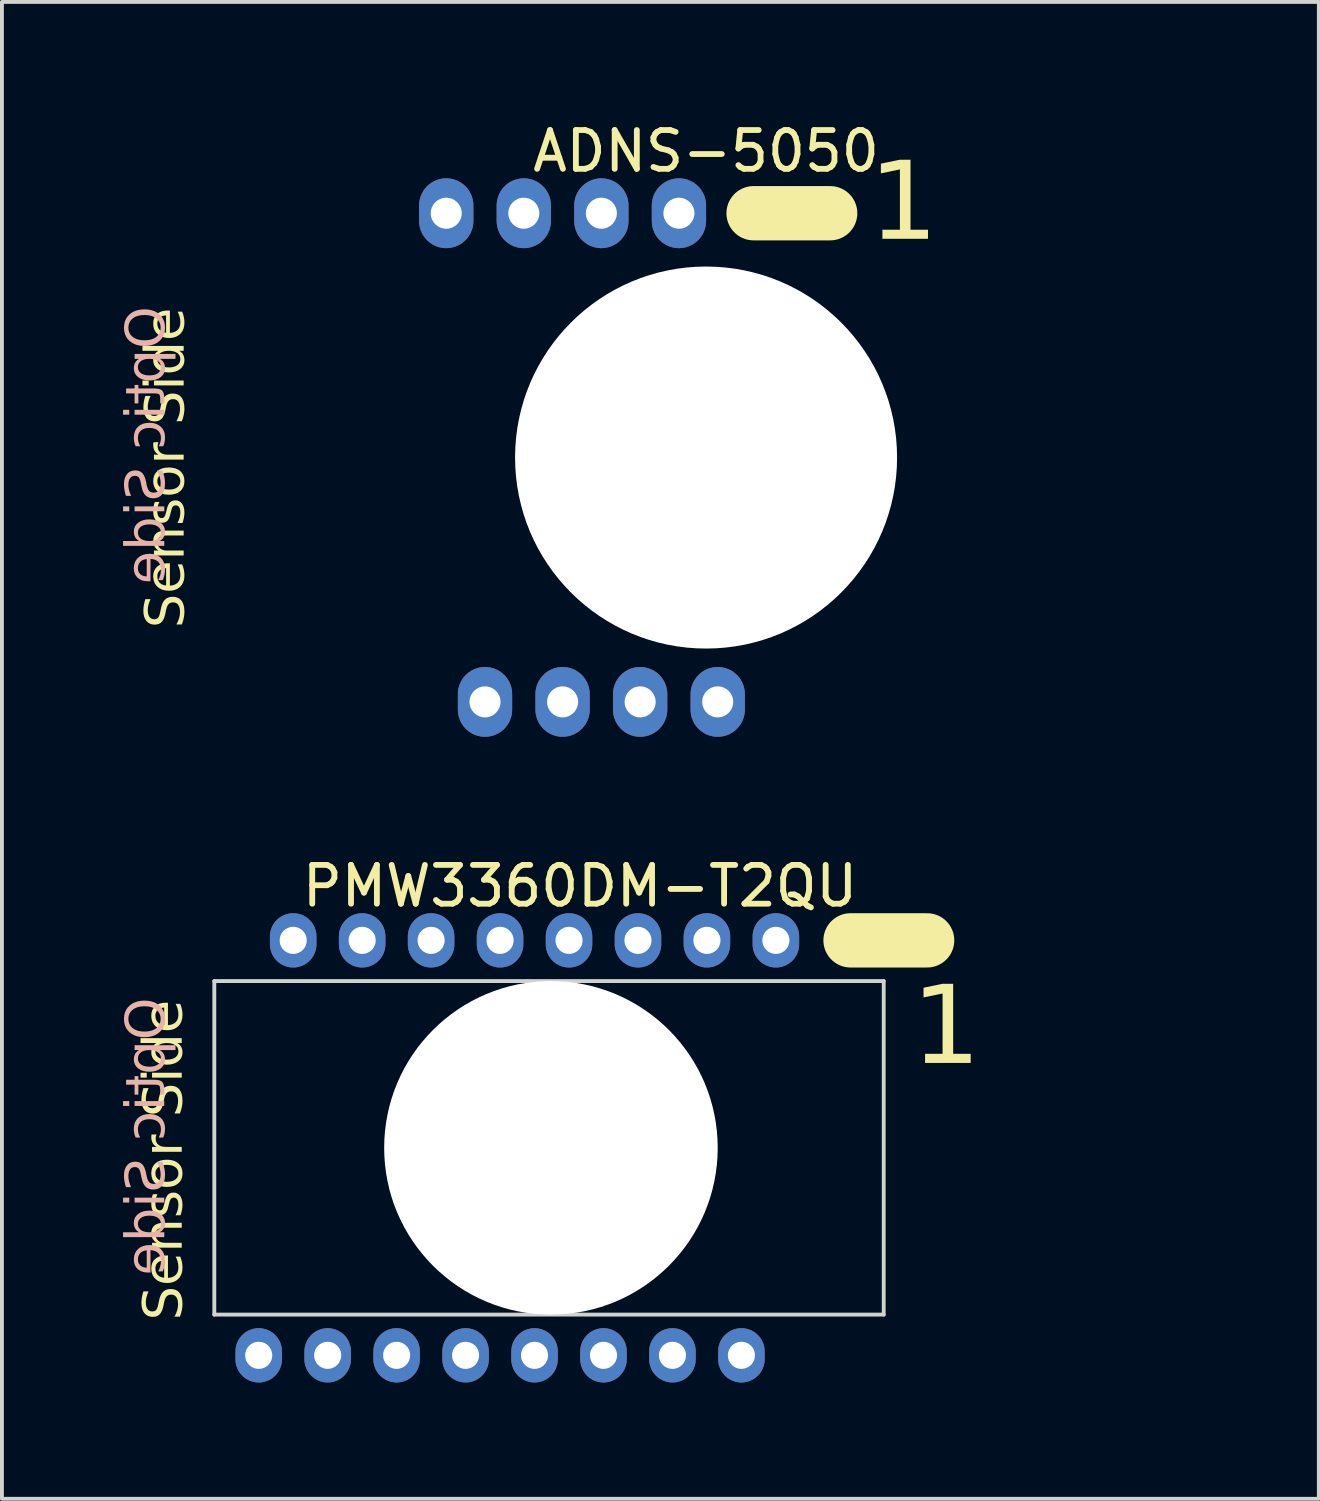
<source format=kicad_pcb>
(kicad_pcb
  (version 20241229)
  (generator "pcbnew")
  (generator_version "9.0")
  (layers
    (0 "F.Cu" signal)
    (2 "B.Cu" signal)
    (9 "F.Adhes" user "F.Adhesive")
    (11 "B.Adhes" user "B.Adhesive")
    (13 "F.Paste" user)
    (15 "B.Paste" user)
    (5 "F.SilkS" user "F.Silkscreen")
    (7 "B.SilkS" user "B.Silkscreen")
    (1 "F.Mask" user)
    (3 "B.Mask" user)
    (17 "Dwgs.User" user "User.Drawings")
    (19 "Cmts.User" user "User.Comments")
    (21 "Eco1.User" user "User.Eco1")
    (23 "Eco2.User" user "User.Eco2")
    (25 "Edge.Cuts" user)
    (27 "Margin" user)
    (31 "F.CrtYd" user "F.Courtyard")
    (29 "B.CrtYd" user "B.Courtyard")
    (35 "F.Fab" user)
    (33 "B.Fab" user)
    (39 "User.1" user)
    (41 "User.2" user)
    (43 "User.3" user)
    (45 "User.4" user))
  (footprint "PMW3360DM-T2QU"
    (layer "F.Cu")
    (at 16.956 21.197)
    (property "Reference" "PMW3360DM-T2QU" (at -5.05 -1.4 0) (unlocked yes) (layer "F.SilkS") (effects (font (size 1 1) (thickness 0.15))))
    (fp_line (start 1.925 0) (end 3.9 0) (stroke (width 1.4) (type solid)) (layer "F.SilkS"))
    (fp_line (start -14.48 1.05) (end 2.78 1.05) (stroke (width 0.1) (type solid)) (layer "Edge.Cuts"))
    (fp_line (start -14.48 9.65) (end -14.48 1.05) (stroke (width 0.1) (type solid)) (layer "Edge.Cuts"))
    (fp_line (start -14.48 9.65) (end 2.78 9.65) (stroke (width 0.1) (type solid)) (layer "Edge.Cuts"))
    (fp_line (start 2.78 9.65) (end 2.78 1.05) (stroke (width 0.1) (type solid)) (layer "Edge.Cuts"))
    (fp_line (start -14.48 1.05) (end 2.78 1.05) (stroke (width 0.1) (type solid)) (layer "User.2"))
    (fp_line (start -14.48 9.65) (end -14.48 1.05) (stroke (width 0.1) (type solid)) (layer "User.2"))
    (fp_line (start -14.48 9.65) (end 2.78 9.65) (stroke (width 0.1) (type solid)) (layer "User.2"))
    (fp_line (start 2.78 9.65) (end 2.78 1.05) (stroke (width 0.1) (type solid)) (layer "User.2"))
    (fp_text user "1" (at 3.5 3.5 0) (unlocked yes) (layer "F.SilkS") (effects (font (face "Avenir LT 65 Medium") (size 2 2) (thickness 0.254)) (justify left bottom)))
    (fp_text user "Sensor Side" (at -15.15 9.8 90) (unlocked yes) (layer "F.SilkS") (effects (font (face "Avenir LT 65 Medium") (size 1 1) (thickness 0.254)) (justify left bottom)))
    (fp_text user "Optic Side" (at -15.6 1.475 90) (unlocked yes) (layer "B.SilkS") (effects (font (face "Avenir LT 65 Medium") (size 1 1) (thickness 0.254)) (justify left bottom mirror)))
    (pad "" np_thru_hole circle (at -5.8 5.35) (size 8.6 8.6) (drill 8.6) (layers "*.Cu" "*.Mask"))
    (pad "1" thru_hole oval (at 0 0) (size 1.2 1.4) (drill 0.7) (layers "*.Cu" "*.Mask"))
    (pad "2" thru_hole oval (at -1.778 0) (size 1.2 1.4) (drill 0.7) (layers "*.Cu" "*.Mask"))
    (pad "3" thru_hole oval (at -3.556 0) (size 1.2 1.4) (drill 0.7) (layers "*.Cu" "*.Mask"))
    (pad "4" thru_hole oval (at -5.334 0) (size 1.2 1.4) (drill 0.7) (layers "*.Cu" "*.Mask"))
    (pad "5" thru_hole oval (at -7.112 0) (size 1.2 1.4) (drill 0.7) (layers "*.Cu" "*.Mask"))
    (pad "6" thru_hole oval (at -8.89 0) (size 1.2 1.4) (drill 0.7) (layers "*.Cu" "*.Mask"))
    (pad "7" thru_hole oval (at -10.668 0) (size 1.2 1.4) (drill 0.7) (layers "*.Cu" "*.Mask"))
    (pad "8" thru_hole oval (at -12.446 0) (size 1.2 1.4) (drill 0.7) (layers "*.Cu" "*.Mask"))
    (pad "9" thru_hole oval (at -13.335 10.7) (size 1.2 1.4) (drill 0.7) (layers "*.Cu" "*.Mask"))
    (pad "10" thru_hole oval (at -11.557 10.7) (size 1.2 1.4) (drill 0.7) (layers "*.Cu" "*.Mask"))
    (pad "11" thru_hole oval (at -9.779 10.7) (size 1.2 1.4) (drill 0.7) (layers "*.Cu" "*.Mask"))
    (pad "12" thru_hole oval (at -8.001 10.7) (size 1.2 1.4) (drill 0.7) (layers "*.Cu" "*.Mask"))
    (pad "13" thru_hole oval (at -6.223 10.7) (size 1.2 1.4) (drill 0.7) (layers "*.Cu" "*.Mask"))
    (pad "14" thru_hole oval (at -4.445 10.7) (size 1.2 1.4) (drill 0.7) (layers "*.Cu" "*.Mask"))
    (pad "15" thru_hole oval (at -2.667 10.7) (size 1.2 1.4) (drill 0.7) (layers "*.Cu" "*.Mask"))
    (pad "16" thru_hole oval (at -0.889 10.7) (size 1.2 1.4) (drill 0.7) (layers "*.Cu" "*.Mask")))
  (footprint "ADNS-5050"
    (layer "F.Cu")
    (at 14.456 2.448)
    (property "Reference" "ADNS-5050" (at 0.7 -1.6 0) (unlocked yes) (layer "F.SilkS") (effects (font (size 1 1) (thickness 0.15))))
    (fp_line (start 1.925 0) (end 3.9 0) (stroke (width 1.4) (type solid)) (layer "F.SilkS"))
    (fp_line (start -12.05 1.375) (end 13.45 1.375) (stroke (width 0.1) (type solid)) (layer "User.2"))
    (fp_line (start -12.05 11.225) (end -12.05 1.375) (stroke (width 0.1) (type solid)) (layer "User.2"))
    (fp_line (start -12.05 11.225) (end 13.45 11.225) (stroke (width 0.1) (type solid)) (layer "User.2"))
    (fp_line (start 13.45 11.225) (end 13.45 1.375) (stroke (width 0.1) (type solid)) (layer "User.2"))
    (fp_text user "1" (at 4.9 1 0) (unlocked yes) (layer "F.SilkS") (effects (font (face "Avenir LT 65 Medium") (size 2 2) (thickness 0.254)) (justify left bottom)))
    (fp_text user "Sensor Side" (at -12.6 10.7 90) (unlocked yes) (layer "F.SilkS") (effects (font (face "Avenir LT 65 Medium") (size 1 1) (thickness 0.254)) (justify left bottom)))
    (fp_text user "Optic Side" (at -13.1 2.4 90) (unlocked yes) (layer "B.SilkS") (effects (font (face "Avenir LT 65 Medium") (size 1 1) (thickness 0.254)) (justify left bottom mirror)))
    (pad "" np_thru_hole circle (at 0.7 6.3) (size 9.85 9.85) (drill 9.85) (layers "*.Cu" "*.Mask"))
    (pad "1" thru_hole oval (at 0 0) (size 1.4 1.8) (drill 0.8) (layers "*.Cu" "*.Mask"))
    (pad "2" thru_hole oval (at -2 0) (size 1.4 1.8) (drill 0.8) (layers "*.Cu" "*.Mask"))
    (pad "3" thru_hole oval (at -4 0) (size 1.4 1.8) (drill 0.8) (layers "*.Cu" "*.Mask"))
    (pad "4" thru_hole oval (at -6 0) (size 1.4 1.8) (drill 0.8) (layers "*.Cu" "*.Mask"))
    (pad "5" thru_hole oval (at -5 12.6 180) (size 1.4 1.8) (drill 0.8) (layers "*.Cu" "*.Mask"))
    (pad "6" thru_hole oval (at -3 12.6 180) (size 1.4 1.8) (drill 0.8) (layers "*.Cu" "*.Mask"))
    (pad "7" thru_hole oval (at -1 12.6 180) (size 1.4 1.8) (drill 0.8) (layers "*.Cu" "*.Mask"))
    (pad "8" thru_hole oval (at 1 12.6 180) (size 1.4 1.8) (drill 0.8) (layers "*.Cu" "*.Mask")))
  (gr_rect
    (start -3 -3)
    (end 30.956 35.596)
    (stroke (width 0.1) (type default))
    (fill no)
    (layer "Edge.Cuts")))
</source>
